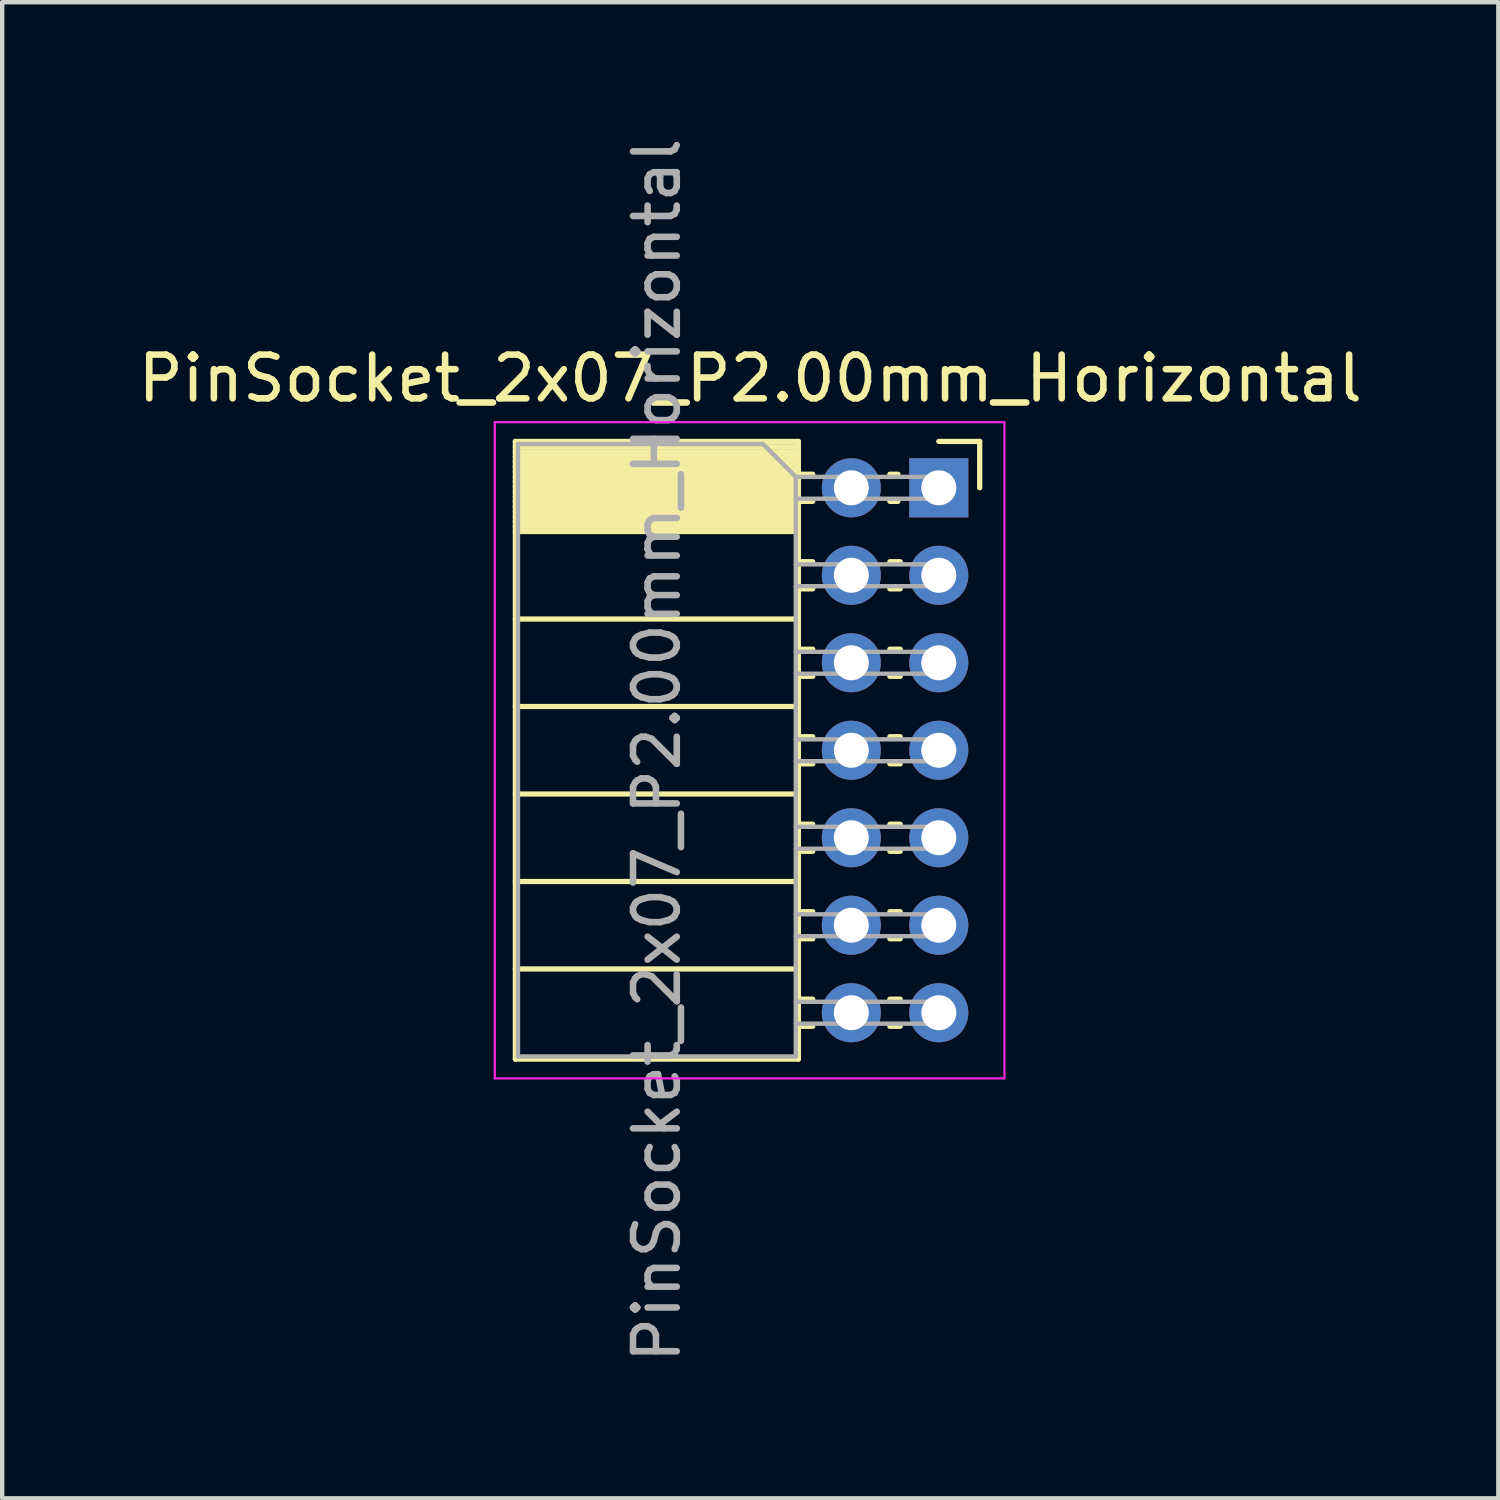
<source format=kicad_pcb>
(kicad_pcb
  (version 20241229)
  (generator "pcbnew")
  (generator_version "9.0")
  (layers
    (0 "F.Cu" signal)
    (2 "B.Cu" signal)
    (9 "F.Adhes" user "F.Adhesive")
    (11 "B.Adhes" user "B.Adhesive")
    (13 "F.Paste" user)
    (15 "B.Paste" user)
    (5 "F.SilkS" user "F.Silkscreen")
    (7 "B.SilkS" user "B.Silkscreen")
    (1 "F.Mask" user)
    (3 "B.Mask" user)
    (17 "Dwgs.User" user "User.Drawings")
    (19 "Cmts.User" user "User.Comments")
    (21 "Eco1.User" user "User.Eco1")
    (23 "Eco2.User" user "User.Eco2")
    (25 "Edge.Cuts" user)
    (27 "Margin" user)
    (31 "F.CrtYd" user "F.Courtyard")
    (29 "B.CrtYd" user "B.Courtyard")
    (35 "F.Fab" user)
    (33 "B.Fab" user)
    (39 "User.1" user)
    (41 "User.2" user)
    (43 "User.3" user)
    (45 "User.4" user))
  (footprint "PinSocket_2x07_P2.00mm_Horizontal"
    (layer "F.Cu")
    (at 18.411 8.101)
    (property "Reference" "PinSocket_2x07_P2.00mm_Horizontal" (at -4.31 -2.5 0) (layer "F.SilkS") (effects (font (size 1 1) (thickness 0.15))))
    (attr through_hole)
    (fp_line (start -9.68 -1.06) (end -9.68 13.06) (stroke (width 0.12) (type solid)) (layer "F.SilkS"))
    (fp_line (start -9.68 -1.06) (end -3.21 -1.06) (stroke (width 0.12) (type solid)) (layer "F.SilkS"))
    (fp_line (start -9.68 -0.94) (end -3.21 -0.94) (stroke (width 0.12) (type solid)) (layer "F.SilkS"))
    (fp_line (start -9.68 -0.826) (end -3.21 -0.826) (stroke (width 0.12) (type solid)) (layer "F.SilkS"))
    (fp_line (start -9.68 -0.712) (end -3.21 -0.712) (stroke (width 0.12) (type solid)) (layer "F.SilkS"))
    (fp_line (start -9.68 -0.598) (end -3.21 -0.598) (stroke (width 0.12) (type solid)) (layer "F.SilkS"))
    (fp_line (start -9.68 -0.484) (end -3.21 -0.484) (stroke (width 0.12) (type solid)) (layer "F.SilkS"))
    (fp_line (start -9.68 -0.369) (end -3.21 -0.369) (stroke (width 0.12) (type solid)) (layer "F.SilkS"))
    (fp_line (start -9.68 -0.255) (end -3.21 -0.255) (stroke (width 0.12) (type solid)) (layer "F.SilkS"))
    (fp_line (start -9.68 -0.141) (end -3.21 -0.141) (stroke (width 0.12) (type solid)) (layer "F.SilkS"))
    (fp_line (start -9.68 -0.027) (end -3.21 -0.027) (stroke (width 0.12) (type solid)) (layer "F.SilkS"))
    (fp_line (start -9.68 0.087) (end -3.21 0.087) (stroke (width 0.12) (type solid)) (layer "F.SilkS"))
    (fp_line (start -9.68 0.201) (end -3.21 0.201) (stroke (width 0.12) (type solid)) (layer "F.SilkS"))
    (fp_line (start -9.68 0.315) (end -3.21 0.315) (stroke (width 0.12) (type solid)) (layer "F.SilkS"))
    (fp_line (start -9.68 0.429) (end -3.21 0.429) (stroke (width 0.12) (type solid)) (layer "F.SilkS"))
    (fp_line (start -9.68 0.544) (end -3.21 0.544) (stroke (width 0.12) (type solid)) (layer "F.SilkS"))
    (fp_line (start -9.68 0.658) (end -3.21 0.658) (stroke (width 0.12) (type solid)) (layer "F.SilkS"))
    (fp_line (start -9.68 0.772) (end -3.21 0.772) (stroke (width 0.12) (type solid)) (layer "F.SilkS"))
    (fp_line (start -9.68 0.886) (end -3.21 0.886) (stroke (width 0.12) (type solid)) (layer "F.SilkS"))
    (fp_line (start -9.68 1) (end -3.21 1) (stroke (width 0.12) (type solid)) (layer "F.SilkS"))
    (fp_line (start -9.68 3) (end -3.21 3) (stroke (width 0.12) (type solid)) (layer "F.SilkS"))
    (fp_line (start -9.68 5) (end -3.21 5) (stroke (width 0.12) (type solid)) (layer "F.SilkS"))
    (fp_line (start -9.68 7) (end -3.21 7) (stroke (width 0.12) (type solid)) (layer "F.SilkS"))
    (fp_line (start -9.68 9) (end -3.21 9) (stroke (width 0.12) (type solid)) (layer "F.SilkS"))
    (fp_line (start -9.68 11) (end -3.21 11) (stroke (width 0.12) (type solid)) (layer "F.SilkS"))
    (fp_line (start -9.68 13.06) (end -3.21 13.06) (stroke (width 0.12) (type solid)) (layer "F.SilkS"))
    (fp_line (start -3.21 -1.06) (end -3.21 13.06) (stroke (width 0.12) (type solid)) (layer "F.SilkS"))
    (fp_line (start -3.21 -0.31) (end -2.882 -0.31) (stroke (width 0.12) (type solid)) (layer "F.SilkS"))
    (fp_line (start -3.21 0.31) (end -2.882 0.31) (stroke (width 0.12) (type solid)) (layer "F.SilkS"))
    (fp_line (start -3.21 1.69) (end -2.882 1.69) (stroke (width 0.12) (type solid)) (layer "F.SilkS"))
    (fp_line (start -3.21 2.31) (end -2.882 2.31) (stroke (width 0.12) (type solid)) (layer "F.SilkS"))
    (fp_line (start -3.21 3.69) (end -2.882 3.69) (stroke (width 0.12) (type solid)) (layer "F.SilkS"))
    (fp_line (start -3.21 4.31) (end -2.882 4.31) (stroke (width 0.12) (type solid)) (layer "F.SilkS"))
    (fp_line (start -3.21 5.69) (end -2.882 5.69) (stroke (width 0.12) (type solid)) (layer "F.SilkS"))
    (fp_line (start -3.21 6.31) (end -2.882 6.31) (stroke (width 0.12) (type solid)) (layer "F.SilkS"))
    (fp_line (start -3.21 7.69) (end -2.882 7.69) (stroke (width 0.12) (type solid)) (layer "F.SilkS"))
    (fp_line (start -3.21 8.31) (end -2.882 8.31) (stroke (width 0.12) (type solid)) (layer "F.SilkS"))
    (fp_line (start -3.21 9.69) (end -2.882 9.69) (stroke (width 0.12) (type solid)) (layer "F.SilkS"))
    (fp_line (start -3.21 10.31) (end -2.882 10.31) (stroke (width 0.12) (type solid)) (layer "F.SilkS"))
    (fp_line (start -3.21 11.69) (end -2.882 11.69) (stroke (width 0.12) (type solid)) (layer "F.SilkS"))
    (fp_line (start -3.21 12.31) (end -2.882 12.31) (stroke (width 0.12) (type solid)) (layer "F.SilkS"))
    (fp_line (start -1.118 -0.31) (end -0.935 -0.31) (stroke (width 0.12) (type solid)) (layer "F.SilkS"))
    (fp_line (start -1.118 0.31) (end -0.935 0.31) (stroke (width 0.12) (type solid)) (layer "F.SilkS"))
    (fp_line (start -1.118 1.69) (end -0.882 1.69) (stroke (width 0.12) (type solid)) (layer "F.SilkS"))
    (fp_line (start -1.118 2.31) (end -0.882 2.31) (stroke (width 0.12) (type solid)) (layer "F.SilkS"))
    (fp_line (start -1.118 3.69) (end -0.882 3.69) (stroke (width 0.12) (type solid)) (layer "F.SilkS"))
    (fp_line (start -1.118 4.31) (end -0.882 4.31) (stroke (width 0.12) (type solid)) (layer "F.SilkS"))
    (fp_line (start -1.118 5.69) (end -0.882 5.69) (stroke (width 0.12) (type solid)) (layer "F.SilkS"))
    (fp_line (start -1.118 6.31) (end -0.882 6.31) (stroke (width 0.12) (type solid)) (layer "F.SilkS"))
    (fp_line (start -1.118 7.69) (end -0.882 7.69) (stroke (width 0.12) (type solid)) (layer "F.SilkS"))
    (fp_line (start -1.118 8.31) (end -0.882 8.31) (stroke (width 0.12) (type solid)) (layer "F.SilkS"))
    (fp_line (start -1.118 9.69) (end -0.882 9.69) (stroke (width 0.12) (type solid)) (layer "F.SilkS"))
    (fp_line (start -1.118 10.31) (end -0.882 10.31) (stroke (width 0.12) (type solid)) (layer "F.SilkS"))
    (fp_line (start -1.118 11.69) (end -0.882 11.69) (stroke (width 0.12) (type solid)) (layer "F.SilkS"))
    (fp_line (start -1.118 12.31) (end -0.882 12.31) (stroke (width 0.12) (type solid)) (layer "F.SilkS"))
    (fp_line (start 0 -1.06) (end 0.935 -1.06) (stroke (width 0.12) (type solid)) (layer "F.SilkS"))
    (fp_line (start 0.935 -1.06) (end 0.935 0) (stroke (width 0.12) (type solid)) (layer "F.SilkS"))
    (fp_line (start -10.15 -1.5) (end -10.15 13.5) (stroke (width 0.05) (type solid)) (layer "F.CrtYd"))
    (fp_line (start -10.15 13.5) (end 1.5 13.5) (stroke (width 0.05) (type solid)) (layer "F.CrtYd"))
    (fp_line (start 1.5 -1.5) (end -10.15 -1.5) (stroke (width 0.05) (type solid)) (layer "F.CrtYd"))
    (fp_line (start 1.5 13.5) (end 1.5 -1.5) (stroke (width 0.05) (type solid)) (layer "F.CrtYd"))
    (fp_line (start -9.62 -1) (end -4.02 -1) (stroke (width 0.1) (type solid)) (layer "F.Fab"))
    (fp_line (start -9.62 13) (end -9.62 -1) (stroke (width 0.1) (type solid)) (layer "F.Fab"))
    (fp_line (start -4.02 -1) (end -3.27 -0.25) (stroke (width 0.1) (type solid)) (layer "F.Fab"))
    (fp_line (start -3.27 -0.25) (end -3.27 13) (stroke (width 0.1) (type solid)) (layer "F.Fab"))
    (fp_line (start -3.27 0.25) (end 0 0.25) (stroke (width 0.1) (type solid)) (layer "F.Fab"))
    (fp_line (start -3.27 2.25) (end 0 2.25) (stroke (width 0.1) (type solid)) (layer "F.Fab"))
    (fp_line (start -3.27 4.25) (end 0 4.25) (stroke (width 0.1) (type solid)) (layer "F.Fab"))
    (fp_line (start -3.27 6.25) (end 0 6.25) (stroke (width 0.1) (type solid)) (layer "F.Fab"))
    (fp_line (start -3.27 8.25) (end 0 8.25) (stroke (width 0.1) (type solid)) (layer "F.Fab"))
    (fp_line (start -3.27 10.25) (end 0 10.25) (stroke (width 0.1) (type solid)) (layer "F.Fab"))
    (fp_line (start -3.27 12.25) (end 0 12.25) (stroke (width 0.1) (type solid)) (layer "F.Fab"))
    (fp_line (start -3.27 13) (end -9.62 13) (stroke (width 0.1) (type solid)) (layer "F.Fab"))
    (fp_line (start 0 -0.25) (end -3.27 -0.25) (stroke (width 0.1) (type solid)) (layer "F.Fab"))
    (fp_line (start 0 0.25) (end 0 -0.25) (stroke (width 0.1) (type solid)) (layer "F.Fab"))
    (fp_line (start 0 1.75) (end -3.27 1.75) (stroke (width 0.1) (type solid)) (layer "F.Fab"))
    (fp_line (start 0 2.25) (end 0 1.75) (stroke (width 0.1) (type solid)) (layer "F.Fab"))
    (fp_line (start 0 3.75) (end -3.27 3.75) (stroke (width 0.1) (type solid)) (layer "F.Fab"))
    (fp_line (start 0 4.25) (end 0 3.75) (stroke (width 0.1) (type solid)) (layer "F.Fab"))
    (fp_line (start 0 5.75) (end -3.27 5.75) (stroke (width 0.1) (type solid)) (layer "F.Fab"))
    (fp_line (start 0 6.25) (end 0 5.75) (stroke (width 0.1) (type solid)) (layer "F.Fab"))
    (fp_line (start 0 7.75) (end -3.27 7.75) (stroke (width 0.1) (type solid)) (layer "F.Fab"))
    (fp_line (start 0 8.25) (end 0 7.75) (stroke (width 0.1) (type solid)) (layer "F.Fab"))
    (fp_line (start 0 9.75) (end -3.27 9.75) (stroke (width 0.1) (type solid)) (layer "F.Fab"))
    (fp_line (start 0 10.25) (end 0 9.75) (stroke (width 0.1) (type solid)) (layer "F.Fab"))
    (fp_line (start 0 11.75) (end -3.27 11.75) (stroke (width 0.1) (type solid)) (layer "F.Fab"))
    (fp_line (start 0 12.25) (end 0 11.75) (stroke (width 0.1) (type solid)) (layer "F.Fab"))
    (fp_text user "${REFERENCE}" (at -6.445 6 90) (layer "F.Fab") (effects (font (size 1 1) (thickness 0.15))))
    (pad "1" thru_hole rect (at 0 0) (size 1.35 1.35) (drill 0.8) (layers "*.Cu" "*.Mask"))
    (pad "2" thru_hole oval (at -2 0) (size 1.35 1.35) (drill 0.8) (layers "*.Cu" "*.Mask"))
    (pad "3" thru_hole oval (at 0 2) (size 1.35 1.35) (drill 0.8) (layers "*.Cu" "*.Mask"))
    (pad "4" thru_hole oval (at -2 2) (size 1.35 1.35) (drill 0.8) (layers "*.Cu" "*.Mask"))
    (pad "5" thru_hole oval (at 0 4) (size 1.35 1.35) (drill 0.8) (layers "*.Cu" "*.Mask"))
    (pad "6" thru_hole oval (at -2 4) (size 1.35 1.35) (drill 0.8) (layers "*.Cu" "*.Mask"))
    (pad "7" thru_hole oval (at 0 6) (size 1.35 1.35) (drill 0.8) (layers "*.Cu" "*.Mask"))
    (pad "8" thru_hole oval (at -2 6) (size 1.35 1.35) (drill 0.8) (layers "*.Cu" "*.Mask"))
    (pad "9" thru_hole oval (at 0 8) (size 1.35 1.35) (drill 0.8) (layers "*.Cu" "*.Mask"))
    (pad "10" thru_hole oval (at -2 8) (size 1.35 1.35) (drill 0.8) (layers "*.Cu" "*.Mask"))
    (pad "11" thru_hole oval (at 0 10) (size 1.35 1.35) (drill 0.8) (layers "*.Cu" "*.Mask"))
    (pad "12" thru_hole oval (at -2 10) (size 1.35 1.35) (drill 0.8) (layers "*.Cu" "*.Mask"))
    (pad "13" thru_hole oval (at 0 12) (size 1.35 1.35) (drill 0.8) (layers "*.Cu" "*.Mask"))
    (pad "14" thru_hole oval (at -2 12) (size 1.35 1.35) (drill 0.8) (layers "*.Cu" "*.Mask")))
  (gr_rect
    (start -3 -3)
    (end 31.202 31.202)
    (stroke (width 0.1) (type default))
    (fill no)
    (layer "Edge.Cuts")))
</source>
